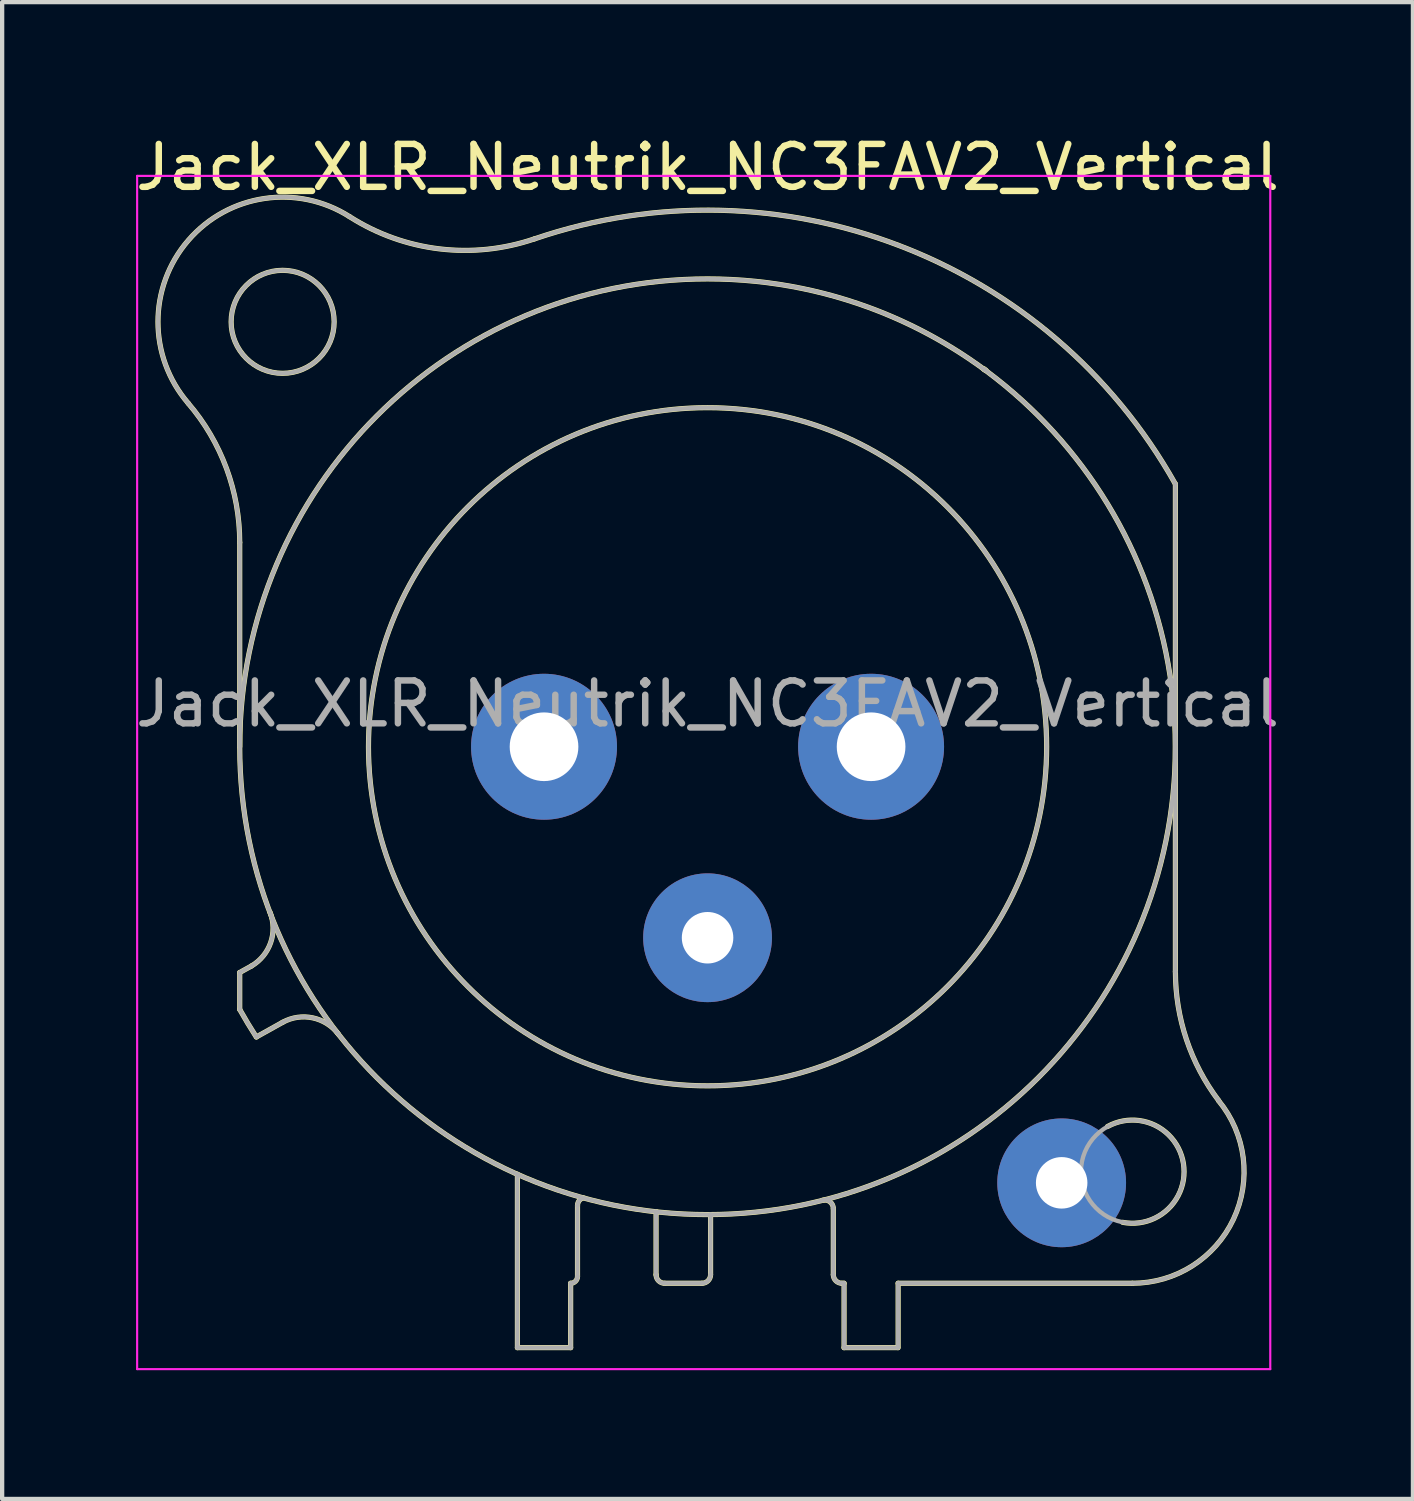
<source format=kicad_pcb>
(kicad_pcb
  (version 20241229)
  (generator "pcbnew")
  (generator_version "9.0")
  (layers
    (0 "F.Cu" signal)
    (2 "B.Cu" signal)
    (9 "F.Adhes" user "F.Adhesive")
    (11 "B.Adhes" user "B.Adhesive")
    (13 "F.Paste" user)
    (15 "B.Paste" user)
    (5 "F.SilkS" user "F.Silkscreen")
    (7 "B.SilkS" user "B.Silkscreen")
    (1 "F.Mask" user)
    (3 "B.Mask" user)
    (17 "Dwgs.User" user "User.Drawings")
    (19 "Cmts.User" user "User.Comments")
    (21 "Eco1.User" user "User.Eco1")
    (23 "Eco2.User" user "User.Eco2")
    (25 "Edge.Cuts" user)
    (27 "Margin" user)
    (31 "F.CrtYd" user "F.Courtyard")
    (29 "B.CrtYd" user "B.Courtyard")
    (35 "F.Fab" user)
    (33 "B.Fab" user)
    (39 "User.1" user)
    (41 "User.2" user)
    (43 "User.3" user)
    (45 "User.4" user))
  (footprint "Jack_XLR_Neutrik_NC3FAV2_Vertical"
    (layer "F.Cu")
    (at 17.245 14.348)
    (property "Reference" "Jack_XLR_Neutrik_NC3FAV2_Vertical" (at -3.81 -13.5 0) (layer "F.SilkS") (effects (font (size 1 1) (thickness 0.15))))
    (attr through_hole)
    (fp_line (start -14.71 0) (end -14.71 -4.76) (stroke (width 0.12) (type solid)) (layer "F.SilkS"))
    (fp_line (start -14.71 5.26) (end -14.71 6.12) (stroke (width 0.12) (type solid)) (layer "F.SilkS"))
    (fp_line (start -14.44 5.11) (end -14.71 5.26) (stroke (width 0.12) (type solid)) (layer "F.SilkS"))
    (fp_line (start -14.32 6.76) (end -13.71 6.42) (stroke (width 0.12) (type solid)) (layer "F.SilkS"))
    (fp_line (start -8.24 9.96) (end -8.24 14) (stroke (width 0.12) (type solid)) (layer "F.SilkS"))
    (fp_line (start -7 12.5) (end -7 14) (stroke (width 0.12) (type solid)) (layer "F.SilkS"))
    (fp_line (start -7 14) (end -8.24 14) (stroke (width 0.12) (type solid)) (layer "F.SilkS"))
    (fp_line (start -6.84 12.34) (end -6.84 10.69) (stroke (width 0.12) (type solid)) (layer "F.SilkS"))
    (fp_line (start -5.01 10.83) (end -5.01 12.3) (stroke (width 0.12) (type solid)) (layer "F.SilkS"))
    (fp_line (start -3.94 12.5) (end -4.81 12.5) (stroke (width 0.12) (type solid)) (layer "F.SilkS"))
    (fp_line (start -3.74 10.9) (end -3.74 12.3) (stroke (width 0.12) (type solid)) (layer "F.SilkS"))
    (fp_line (start -0.88 12.3) (end -0.88 10.76) (stroke (width 0.12) (type solid)) (layer "F.SilkS"))
    (fp_line (start -0.63 12.5) (end -0.68 12.5) (stroke (width 0.12) (type solid)) (layer "F.SilkS"))
    (fp_line (start -0.63 12.5) (end -0.63 14) (stroke (width 0.12) (type solid)) (layer "F.SilkS"))
    (fp_line (start 0.62 14) (end -0.63 14) (stroke (width 0.12) (type solid)) (layer "F.SilkS"))
    (fp_line (start 0.63 12.5) (end 6.09 12.5) (stroke (width 0.12) (type solid)) (layer "F.SilkS"))
    (fp_line (start 0.63 14) (end 0.63 12.5) (stroke (width 0.12) (type solid)) (layer "F.SilkS"))
    (fp_line (start 7.09 5.24) (end 7.09 -6.12) (stroke (width 0.12) (type solid)) (layer "F.SilkS"))
    (fp_arc (start -15.908829 -8.000856) (mid -15.019313 -6.48774) (end -14.71 -4.76) (stroke (width 0.12) (type solid)) (layer "F.SilkS"))
    (fp_arc (start -15.908236 -8.001617) (mid -15.907486 -11.799251) (end -12.15 -12.35) (stroke (width 0.12) (type solid)) (layer "F.SilkS"))
    (fp_arc (start -14.32314 6.763008) (mid -14.521396 6.444407) (end -14.71 6.12) (stroke (width 0.12) (type solid)) (layer "F.SilkS"))
    (fp_arc (start -14.004283 3.855674) (mid -13.989213 4.56375) (end -14.44 5.11) (stroke (width 0.12) (type solid)) (layer "F.SilkS"))
    (fp_arc (start -13.71 6.42) (mid -13.01025 6.315915) (end -12.412202 6.693832) (stroke (width 0.12) (type solid)) (layer "F.SilkS"))
    (fp_arc (start -7.848035 -11.831177) (mid -10.058192 -11.599923) (end -12.15 -12.35) (stroke (width 0.12) (type solid)) (layer "F.SilkS"))
    (fp_arc (start -7.841153 -11.83276) (mid 0.657009 -11.675197) (end 7.09 -6.12) (stroke (width 0.12) (type solid)) (layer "F.SilkS"))
    (fp_arc (start -6.84 10.69) (mid -6.803713 10.578321) (end -6.708713 10.509299) (stroke (width 0.12) (type solid)) (layer "F.SilkS"))
    (fp_arc (start -6.84 12.34) (mid -6.886863 12.453137) (end -7 12.5) (stroke (width 0.12) (type solid)) (layer "F.SilkS"))
    (fp_arc (start -4.81 12.5) (mid -4.951421 12.441421) (end -5.01 12.3) (stroke (width 0.12) (type solid)) (layer "F.SilkS"))
    (fp_arc (start -3.74 12.3) (mid -3.798579 12.441421) (end -3.94 12.5) (stroke (width 0.12) (type solid)) (layer "F.SilkS"))
    (fp_arc (start -1.1294 10.566197) (mid -0.957281 10.602076) (end -0.88 10.76) (stroke (width 0.12) (type solid)) (layer "F.SilkS"))
    (fp_arc (start -0.68 12.5) (mid -0.821421 12.441421) (end -0.88 12.3) (stroke (width 0.12) (type solid)) (layer "F.SilkS"))
    (fp_arc (start 2.636924 -8.782671) (mid 2.628394 -8.791269) (end 2.62 -8.8) (stroke (width 0.12) (type solid)) (layer "F.SilkS"))
    (fp_arc (start 2.680052 -8.767734) (mid 2.65973 -8.7835) (end 2.64 -8.8) (stroke (width 0.12) (type solid)) (layer "F.SilkS"))
    (fp_arc (start 5.507701 8.848226) (mid 7.277502 9.712546) (end 5.86 11.08) (stroke (width 0.12) (type solid)) (layer "F.SilkS"))
    (fp_arc (start 8.095865 8.245761) (mid 8.441704 11.008824) (end 6.09 12.5) (stroke (width 0.12) (type solid)) (layer "F.SilkS"))
    (fp_arc (start 8.098032 8.243976) (mid 7.348729 6.824298) (end 7.09 5.24) (stroke (width 0.12) (type solid)) (layer "F.SilkS"))
    (fp_circle (center -13.71 -9.9) (end -12.51 -9.9) (stroke (width 0.12) (type solid)) (fill no) (layer "F.SilkS"))
    (fp_circle (center -3.81 0) (end 4.09 0) (stroke (width 0.12) (type solid)) (fill no) (layer "F.SilkS"))
    (fp_circle (center -3.81 0) (end 7.09 0) (stroke (width 0.12) (type solid)) (fill no) (layer "F.SilkS"))
    (fp_line (start -17.1 -13.3) (end 9.3 -13.3) (stroke (width 0.05) (type solid)) (layer "F.CrtYd"))
    (fp_line (start -17.1 14.5) (end -17.1 -13.3) (stroke (width 0.05) (type solid)) (layer "F.CrtYd"))
    (fp_line (start 9.3 -13.3) (end 9.3 14.5) (stroke (width 0.05) (type solid)) (layer "F.CrtYd"))
    (fp_line (start 9.3 14.5) (end -17.1 14.5) (stroke (width 0.05) (type solid)) (layer "F.CrtYd"))
    (fp_line (start -14.71 0) (end -14.71 -4.76) (stroke (width 0.1) (type solid)) (layer "F.Fab"))
    (fp_line (start -14.71 5.26) (end -14.71 6.12) (stroke (width 0.1) (type solid)) (layer "F.Fab"))
    (fp_line (start -14.44 5.11) (end -14.71 5.26) (stroke (width 0.1) (type solid)) (layer "F.Fab"))
    (fp_line (start -14.32 6.76) (end -13.71 6.42) (stroke (width 0.1) (type solid)) (layer "F.Fab"))
    (fp_line (start -8.24 9.96) (end -8.24 14) (stroke (width 0.1) (type solid)) (layer "F.Fab"))
    (fp_line (start -7 12.5) (end -7 14) (stroke (width 0.1) (type solid)) (layer "F.Fab"))
    (fp_line (start -7 14) (end -8.24 14) (stroke (width 0.1) (type solid)) (layer "F.Fab"))
    (fp_line (start -6.84 12.34) (end -6.84 10.69) (stroke (width 0.1) (type solid)) (layer "F.Fab"))
    (fp_line (start -5.01 10.83) (end -5.01 12.3) (stroke (width 0.1) (type solid)) (layer "F.Fab"))
    (fp_line (start -3.94 12.5) (end -4.81 12.5) (stroke (width 0.1) (type solid)) (layer "F.Fab"))
    (fp_line (start -3.74 10.9) (end -3.74 12.3) (stroke (width 0.1) (type solid)) (layer "F.Fab"))
    (fp_line (start -0.88 12.3) (end -0.88 10.76) (stroke (width 0.1) (type solid)) (layer "F.Fab"))
    (fp_line (start -0.63 12.5) (end -0.68 12.5) (stroke (width 0.1) (type solid)) (layer "F.Fab"))
    (fp_line (start -0.63 12.5) (end -0.63 14) (stroke (width 0.1) (type solid)) (layer "F.Fab"))
    (fp_line (start 0.62 14) (end -0.63 14) (stroke (width 0.1) (type solid)) (layer "F.Fab"))
    (fp_line (start 0.63 12.5) (end 6.09 12.5) (stroke (width 0.1) (type solid)) (layer "F.Fab"))
    (fp_line (start 0.63 14) (end 0.63 12.5) (stroke (width 0.1) (type solid)) (layer "F.Fab"))
    (fp_line (start 7.09 5.24) (end 7.09 -6.12) (stroke (width 0.1) (type solid)) (layer "F.Fab"))
    (fp_arc (start -15.908829 -8.000856) (mid -15.019313 -6.48774) (end -14.71 -4.76) (stroke (width 0.1) (type solid)) (layer "F.Fab"))
    (fp_arc (start -15.908236 -8.001617) (mid -15.907486 -11.799251) (end -12.15 -12.35) (stroke (width 0.1) (type solid)) (layer "F.Fab"))
    (fp_arc (start -14.32314 6.763008) (mid -14.521396 6.444407) (end -14.71 6.12) (stroke (width 0.1) (type solid)) (layer "F.Fab"))
    (fp_arc (start -14.004283 3.855674) (mid -13.989213 4.56375) (end -14.44 5.11) (stroke (width 0.1) (type solid)) (layer "F.Fab"))
    (fp_arc (start -13.71 6.42) (mid -13.01025 6.315915) (end -12.412202 6.693832) (stroke (width 0.1) (type solid)) (layer "F.Fab"))
    (fp_arc (start -7.848035 -11.831177) (mid -10.058192 -11.599923) (end -12.15 -12.35) (stroke (width 0.1) (type solid)) (layer "F.Fab"))
    (fp_arc (start -7.841153 -11.83276) (mid 0.657009 -11.675197) (end 7.09 -6.12) (stroke (width 0.1) (type solid)) (layer "F.Fab"))
    (fp_arc (start -6.84 10.69) (mid -6.803713 10.578321) (end -6.708713 10.509299) (stroke (width 0.1) (type solid)) (layer "F.Fab"))
    (fp_arc (start -6.84 12.34) (mid -6.886863 12.453137) (end -7 12.5) (stroke (width 0.1) (type solid)) (layer "F.Fab"))
    (fp_arc (start -4.81 12.5) (mid -4.951421 12.441421) (end -5.01 12.3) (stroke (width 0.1) (type solid)) (layer "F.Fab"))
    (fp_arc (start -3.74 12.3) (mid -3.798579 12.441421) (end -3.94 12.5) (stroke (width 0.1) (type solid)) (layer "F.Fab"))
    (fp_arc (start -1.1294 10.566197) (mid -0.957281 10.602076) (end -0.88 10.76) (stroke (width 0.1) (type solid)) (layer "F.Fab"))
    (fp_arc (start -0.68 12.5) (mid -0.821421 12.441421) (end -0.88 12.3) (stroke (width 0.1) (type solid)) (layer "F.Fab"))
    (fp_arc (start 2.636924 -8.782671) (mid 2.628394 -8.791269) (end 2.62 -8.8) (stroke (width 0.1) (type solid)) (layer "F.Fab"))
    (fp_arc (start 2.680052 -8.767734) (mid 2.65973 -8.7835) (end 2.64 -8.8) (stroke (width 0.1) (type solid)) (layer "F.Fab"))
    (fp_arc (start 8.095865 8.245761) (mid 8.441704 11.008824) (end 6.09 12.5) (stroke (width 0.1) (type solid)) (layer "F.Fab"))
    (fp_arc (start 8.098032 8.243976) (mid 7.348729 6.824298) (end 7.09 5.24) (stroke (width 0.1) (type solid)) (layer "F.Fab"))
    (fp_circle (center -13.71 -9.9) (end -12.51 -9.9) (stroke (width 0.1) (type solid)) (fill no) (layer "F.Fab"))
    (fp_circle (center -3.81 0) (end 4.09 0) (stroke (width 0.1) (type solid)) (fill no) (layer "F.Fab"))
    (fp_circle (center -3.81 0) (end 7.09 0) (stroke (width 0.1) (type solid)) (fill no) (layer "F.Fab"))
    (fp_circle (center 6.09 9.9) (end 7.29 9.9) (stroke (width 0.1) (type solid)) (fill no) (layer "F.Fab"))
    (fp_text user "${REFERENCE}" (at -3.81 -1 0) (layer "F.Fab") (effects (font (size 1 1) (thickness 0.15))))
    (pad "1" thru_hole circle (at 0 0) (size 3.4 3.4) (drill 1.6) (layers "*.Cu" "*.Mask"))
    (pad "2" thru_hole circle (at -7.62 0) (size 3.4 3.4) (drill 1.6) (layers "*.Cu" "*.Mask"))
    (pad "3" thru_hole circle (at -3.81 4.45) (size 3 3) (drill 1.2) (layers "*.Cu" "*.Mask"))
    (pad "G" thru_hole circle (at 4.44 10.16) (size 3 3) (drill 1.2) (layers "*.Cu" "*.Mask")))
  (gr_rect
    (start -3 -3)
    (end 29.869 31.873)
    (stroke (width 0.1) (type default))
    (fill no)
    (layer "Edge.Cuts")))
</source>
